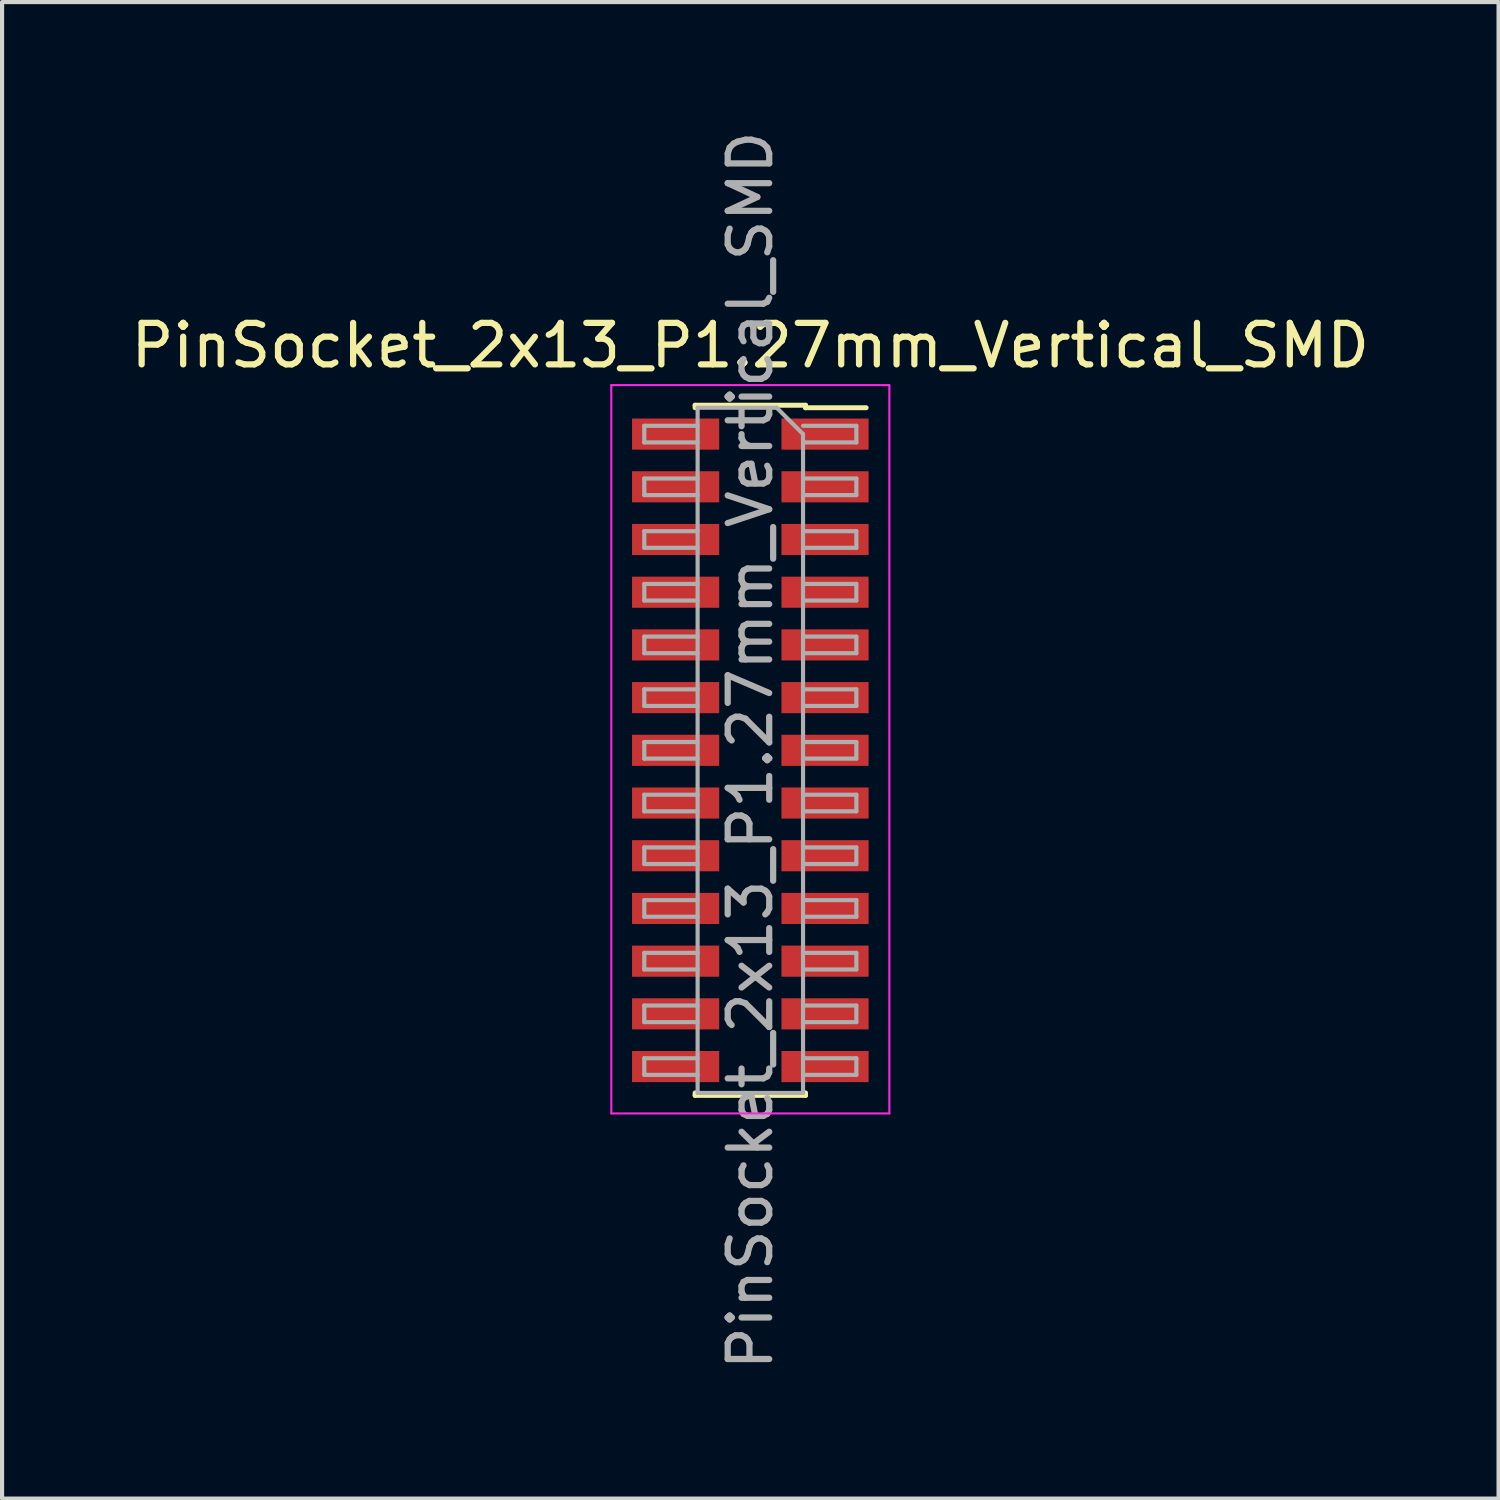
<source format=kicad_pcb>
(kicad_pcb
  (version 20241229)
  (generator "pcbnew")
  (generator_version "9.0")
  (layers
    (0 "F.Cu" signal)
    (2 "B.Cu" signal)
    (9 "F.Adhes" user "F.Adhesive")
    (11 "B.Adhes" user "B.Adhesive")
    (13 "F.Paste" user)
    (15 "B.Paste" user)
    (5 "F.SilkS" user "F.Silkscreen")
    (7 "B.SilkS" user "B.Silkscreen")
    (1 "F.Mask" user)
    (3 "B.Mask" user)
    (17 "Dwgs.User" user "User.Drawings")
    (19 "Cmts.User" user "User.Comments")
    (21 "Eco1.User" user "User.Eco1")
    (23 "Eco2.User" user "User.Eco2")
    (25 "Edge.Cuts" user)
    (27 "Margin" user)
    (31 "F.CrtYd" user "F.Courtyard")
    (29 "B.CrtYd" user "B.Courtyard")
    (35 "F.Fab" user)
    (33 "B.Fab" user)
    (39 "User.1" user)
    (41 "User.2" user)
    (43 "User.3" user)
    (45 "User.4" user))
  (footprint "PinSocket_2x13_P1.27mm_Vertical_SMD"
    (layer "F.Cu")
    (at 15.03 15.03)
    (property "Reference" "PinSocket_2x13_P1.27mm_Vertical_SMD" (at 0 -9.755 0) (layer "F.SilkS") (effects (font (size 1 1) (thickness 0.15))))
    (attr smd)
    (fp_line (start -1.33 -8.315) (end -1.33 -8.255) (stroke (width 0.12) (type solid)) (layer "F.SilkS"))
    (fp_line (start -1.33 -8.315) (end 1.33 -8.315) (stroke (width 0.12) (type solid)) (layer "F.SilkS"))
    (fp_line (start -1.33 8.255) (end -1.33 8.315) (stroke (width 0.12) (type solid)) (layer "F.SilkS"))
    (fp_line (start -1.33 8.315) (end 1.33 8.315) (stroke (width 0.12) (type solid)) (layer "F.SilkS"))
    (fp_line (start 1.33 -8.315) (end 1.33 -8.255) (stroke (width 0.12) (type solid)) (layer "F.SilkS"))
    (fp_line (start 1.33 -8.255) (end 2.79 -8.255) (stroke (width 0.12) (type solid)) (layer "F.SilkS"))
    (fp_line (start 1.33 8.255) (end 1.33 8.315) (stroke (width 0.12) (type solid)) (layer "F.SilkS"))
    (fp_line (start -3.35 -8.8) (end 3.35 -8.8) (stroke (width 0.05) (type solid)) (layer "F.CrtYd"))
    (fp_line (start -3.35 8.75) (end -3.35 -8.8) (stroke (width 0.05) (type solid)) (layer "F.CrtYd"))
    (fp_line (start 3.35 -8.8) (end 3.35 8.75) (stroke (width 0.05) (type solid)) (layer "F.CrtYd"))
    (fp_line (start 3.35 8.75) (end -3.35 8.75) (stroke (width 0.05) (type solid)) (layer "F.CrtYd"))
    (fp_line (start -2.555 -7.82) (end -1.27 -7.82) (stroke (width 0.1) (type solid)) (layer "F.Fab"))
    (fp_line (start -2.555 -7.42) (end -2.555 -7.82) (stroke (width 0.1) (type solid)) (layer "F.Fab"))
    (fp_line (start -2.555 -6.55) (end -1.27 -6.55) (stroke (width 0.1) (type solid)) (layer "F.Fab"))
    (fp_line (start -2.555 -6.15) (end -2.555 -6.55) (stroke (width 0.1) (type solid)) (layer "F.Fab"))
    (fp_line (start -2.555 -5.28) (end -1.27 -5.28) (stroke (width 0.1) (type solid)) (layer "F.Fab"))
    (fp_line (start -2.555 -4.88) (end -2.555 -5.28) (stroke (width 0.1) (type solid)) (layer "F.Fab"))
    (fp_line (start -2.555 -4.01) (end -1.27 -4.01) (stroke (width 0.1) (type solid)) (layer "F.Fab"))
    (fp_line (start -2.555 -3.61) (end -2.555 -4.01) (stroke (width 0.1) (type solid)) (layer "F.Fab"))
    (fp_line (start -2.555 -2.74) (end -1.27 -2.74) (stroke (width 0.1) (type solid)) (layer "F.Fab"))
    (fp_line (start -2.555 -2.34) (end -2.555 -2.74) (stroke (width 0.1) (type solid)) (layer "F.Fab"))
    (fp_line (start -2.555 -1.47) (end -1.27 -1.47) (stroke (width 0.1) (type solid)) (layer "F.Fab"))
    (fp_line (start -2.555 -1.07) (end -2.555 -1.47) (stroke (width 0.1) (type solid)) (layer "F.Fab"))
    (fp_line (start -2.555 -0.2) (end -1.27 -0.2) (stroke (width 0.1) (type solid)) (layer "F.Fab"))
    (fp_line (start -2.555 0.2) (end -2.555 -0.2) (stroke (width 0.1) (type solid)) (layer "F.Fab"))
    (fp_line (start -2.555 1.07) (end -1.27 1.07) (stroke (width 0.1) (type solid)) (layer "F.Fab"))
    (fp_line (start -2.555 1.47) (end -2.555 1.07) (stroke (width 0.1) (type solid)) (layer "F.Fab"))
    (fp_line (start -2.555 2.34) (end -1.27 2.34) (stroke (width 0.1) (type solid)) (layer "F.Fab"))
    (fp_line (start -2.555 2.74) (end -2.555 2.34) (stroke (width 0.1) (type solid)) (layer "F.Fab"))
    (fp_line (start -2.555 3.61) (end -1.27 3.61) (stroke (width 0.1) (type solid)) (layer "F.Fab"))
    (fp_line (start -2.555 4.01) (end -2.555 3.61) (stroke (width 0.1) (type solid)) (layer "F.Fab"))
    (fp_line (start -2.555 4.88) (end -1.27 4.88) (stroke (width 0.1) (type solid)) (layer "F.Fab"))
    (fp_line (start -2.555 5.28) (end -2.555 4.88) (stroke (width 0.1) (type solid)) (layer "F.Fab"))
    (fp_line (start -2.555 6.15) (end -1.27 6.15) (stroke (width 0.1) (type solid)) (layer "F.Fab"))
    (fp_line (start -2.555 6.55) (end -2.555 6.15) (stroke (width 0.1) (type solid)) (layer "F.Fab"))
    (fp_line (start -2.555 7.42) (end -1.27 7.42) (stroke (width 0.1) (type solid)) (layer "F.Fab"))
    (fp_line (start -2.555 7.82) (end -2.555 7.42) (stroke (width 0.1) (type solid)) (layer "F.Fab"))
    (fp_line (start -1.27 -8.255) (end 0.635 -8.255) (stroke (width 0.1) (type solid)) (layer "F.Fab"))
    (fp_line (start -1.27 -7.42) (end -2.555 -7.42) (stroke (width 0.1) (type solid)) (layer "F.Fab"))
    (fp_line (start -1.27 -6.15) (end -2.555 -6.15) (stroke (width 0.1) (type solid)) (layer "F.Fab"))
    (fp_line (start -1.27 -4.88) (end -2.555 -4.88) (stroke (width 0.1) (type solid)) (layer "F.Fab"))
    (fp_line (start -1.27 -3.61) (end -2.555 -3.61) (stroke (width 0.1) (type solid)) (layer "F.Fab"))
    (fp_line (start -1.27 -2.34) (end -2.555 -2.34) (stroke (width 0.1) (type solid)) (layer "F.Fab"))
    (fp_line (start -1.27 -1.07) (end -2.555 -1.07) (stroke (width 0.1) (type solid)) (layer "F.Fab"))
    (fp_line (start -1.27 0.2) (end -2.555 0.2) (stroke (width 0.1) (type solid)) (layer "F.Fab"))
    (fp_line (start -1.27 1.47) (end -2.555 1.47) (stroke (width 0.1) (type solid)) (layer "F.Fab"))
    (fp_line (start -1.27 2.74) (end -2.555 2.74) (stroke (width 0.1) (type solid)) (layer "F.Fab"))
    (fp_line (start -1.27 4.01) (end -2.555 4.01) (stroke (width 0.1) (type solid)) (layer "F.Fab"))
    (fp_line (start -1.27 5.28) (end -2.555 5.28) (stroke (width 0.1) (type solid)) (layer "F.Fab"))
    (fp_line (start -1.27 6.55) (end -2.555 6.55) (stroke (width 0.1) (type solid)) (layer "F.Fab"))
    (fp_line (start -1.27 7.82) (end -2.555 7.82) (stroke (width 0.1) (type solid)) (layer "F.Fab"))
    (fp_line (start -1.27 8.255) (end -1.27 -8.255) (stroke (width 0.1) (type solid)) (layer "F.Fab"))
    (fp_line (start 0.635 -8.255) (end 1.27 -7.62) (stroke (width 0.1) (type solid)) (layer "F.Fab"))
    (fp_line (start 1.27 -7.82) (end 2.555 -7.82) (stroke (width 0.1) (type solid)) (layer "F.Fab"))
    (fp_line (start 1.27 -7.62) (end 1.27 8.255) (stroke (width 0.1) (type solid)) (layer "F.Fab"))
    (fp_line (start 1.27 -6.55) (end 2.555 -6.55) (stroke (width 0.1) (type solid)) (layer "F.Fab"))
    (fp_line (start 1.27 -5.28) (end 2.555 -5.28) (stroke (width 0.1) (type solid)) (layer "F.Fab"))
    (fp_line (start 1.27 -4.01) (end 2.555 -4.01) (stroke (width 0.1) (type solid)) (layer "F.Fab"))
    (fp_line (start 1.27 -2.74) (end 2.555 -2.74) (stroke (width 0.1) (type solid)) (layer "F.Fab"))
    (fp_line (start 1.27 -1.47) (end 2.555 -1.47) (stroke (width 0.1) (type solid)) (layer "F.Fab"))
    (fp_line (start 1.27 -0.2) (end 2.555 -0.2) (stroke (width 0.1) (type solid)) (layer "F.Fab"))
    (fp_line (start 1.27 1.07) (end 2.555 1.07) (stroke (width 0.1) (type solid)) (layer "F.Fab"))
    (fp_line (start 1.27 2.34) (end 2.555 2.34) (stroke (width 0.1) (type solid)) (layer "F.Fab"))
    (fp_line (start 1.27 3.61) (end 2.555 3.61) (stroke (width 0.1) (type solid)) (layer "F.Fab"))
    (fp_line (start 1.27 4.88) (end 2.555 4.88) (stroke (width 0.1) (type solid)) (layer "F.Fab"))
    (fp_line (start 1.27 6.15) (end 2.555 6.15) (stroke (width 0.1) (type solid)) (layer "F.Fab"))
    (fp_line (start 1.27 7.42) (end 2.555 7.42) (stroke (width 0.1) (type solid)) (layer "F.Fab"))
    (fp_line (start 1.27 8.255) (end -1.27 8.255) (stroke (width 0.1) (type solid)) (layer "F.Fab"))
    (fp_line (start 2.555 -7.82) (end 2.555 -7.42) (stroke (width 0.1) (type solid)) (layer "F.Fab"))
    (fp_line (start 2.555 -7.42) (end 1.27 -7.42) (stroke (width 0.1) (type solid)) (layer "F.Fab"))
    (fp_line (start 2.555 -6.55) (end 2.555 -6.15) (stroke (width 0.1) (type solid)) (layer "F.Fab"))
    (fp_line (start 2.555 -6.15) (end 1.27 -6.15) (stroke (width 0.1) (type solid)) (layer "F.Fab"))
    (fp_line (start 2.555 -5.28) (end 2.555 -4.88) (stroke (width 0.1) (type solid)) (layer "F.Fab"))
    (fp_line (start 2.555 -4.88) (end 1.27 -4.88) (stroke (width 0.1) (type solid)) (layer "F.Fab"))
    (fp_line (start 2.555 -4.01) (end 2.555 -3.61) (stroke (width 0.1) (type solid)) (layer "F.Fab"))
    (fp_line (start 2.555 -3.61) (end 1.27 -3.61) (stroke (width 0.1) (type solid)) (layer "F.Fab"))
    (fp_line (start 2.555 -2.74) (end 2.555 -2.34) (stroke (width 0.1) (type solid)) (layer "F.Fab"))
    (fp_line (start 2.555 -2.34) (end 1.27 -2.34) (stroke (width 0.1) (type solid)) (layer "F.Fab"))
    (fp_line (start 2.555 -1.47) (end 2.555 -1.07) (stroke (width 0.1) (type solid)) (layer "F.Fab"))
    (fp_line (start 2.555 -1.07) (end 1.27 -1.07) (stroke (width 0.1) (type solid)) (layer "F.Fab"))
    (fp_line (start 2.555 -0.2) (end 2.555 0.2) (stroke (width 0.1) (type solid)) (layer "F.Fab"))
    (fp_line (start 2.555 0.2) (end 1.27 0.2) (stroke (width 0.1) (type solid)) (layer "F.Fab"))
    (fp_line (start 2.555 1.07) (end 2.555 1.47) (stroke (width 0.1) (type solid)) (layer "F.Fab"))
    (fp_line (start 2.555 1.47) (end 1.27 1.47) (stroke (width 0.1) (type solid)) (layer "F.Fab"))
    (fp_line (start 2.555 2.34) (end 2.555 2.74) (stroke (width 0.1) (type solid)) (layer "F.Fab"))
    (fp_line (start 2.555 2.74) (end 1.27 2.74) (stroke (width 0.1) (type solid)) (layer "F.Fab"))
    (fp_line (start 2.555 3.61) (end 2.555 4.01) (stroke (width 0.1) (type solid)) (layer "F.Fab"))
    (fp_line (start 2.555 4.01) (end 1.27 4.01) (stroke (width 0.1) (type solid)) (layer "F.Fab"))
    (fp_line (start 2.555 4.88) (end 2.555 5.28) (stroke (width 0.1) (type solid)) (layer "F.Fab"))
    (fp_line (start 2.555 5.28) (end 1.27 5.28) (stroke (width 0.1) (type solid)) (layer "F.Fab"))
    (fp_line (start 2.555 6.15) (end 2.555 6.55) (stroke (width 0.1) (type solid)) (layer "F.Fab"))
    (fp_line (start 2.555 6.55) (end 1.27 6.55) (stroke (width 0.1) (type solid)) (layer "F.Fab"))
    (fp_line (start 2.555 7.42) (end 2.555 7.82) (stroke (width 0.1) (type solid)) (layer "F.Fab"))
    (fp_line (start 2.555 7.82) (end 1.27 7.82) (stroke (width 0.1) (type solid)) (layer "F.Fab"))
    (fp_text user "${REFERENCE}" (at 0 0 90) (layer "F.Fab") (effects (font (size 1 1) (thickness 0.15))))
    (pad "1" smd rect (at 1.8 -7.62) (size 2.1 0.75) (layers "F.Cu" "F.Mask" "F.Paste"))
    (pad "2" smd rect (at -1.8 -7.62) (size 2.1 0.75) (layers "F.Cu" "F.Mask" "F.Paste"))
    (pad "3" smd rect (at 1.8 -6.35) (size 2.1 0.75) (layers "F.Cu" "F.Mask" "F.Paste"))
    (pad "4" smd rect (at -1.8 -6.35) (size 2.1 0.75) (layers "F.Cu" "F.Mask" "F.Paste"))
    (pad "5" smd rect (at 1.8 -5.08) (size 2.1 0.75) (layers "F.Cu" "F.Mask" "F.Paste"))
    (pad "6" smd rect (at -1.8 -5.08) (size 2.1 0.75) (layers "F.Cu" "F.Mask" "F.Paste"))
    (pad "7" smd rect (at 1.8 -3.81) (size 2.1 0.75) (layers "F.Cu" "F.Mask" "F.Paste"))
    (pad "8" smd rect (at -1.8 -3.81) (size 2.1 0.75) (layers "F.Cu" "F.Mask" "F.Paste"))
    (pad "9" smd rect (at 1.8 -2.54) (size 2.1 0.75) (layers "F.Cu" "F.Mask" "F.Paste"))
    (pad "10" smd rect (at -1.8 -2.54) (size 2.1 0.75) (layers "F.Cu" "F.Mask" "F.Paste"))
    (pad "11" smd rect (at 1.8 -1.27) (size 2.1 0.75) (layers "F.Cu" "F.Mask" "F.Paste"))
    (pad "12" smd rect (at -1.8 -1.27) (size 2.1 0.75) (layers "F.Cu" "F.Mask" "F.Paste"))
    (pad "13" smd rect (at 1.8 0) (size 2.1 0.75) (layers "F.Cu" "F.Mask" "F.Paste"))
    (pad "14" smd rect (at -1.8 0) (size 2.1 0.75) (layers "F.Cu" "F.Mask" "F.Paste"))
    (pad "15" smd rect (at 1.8 1.27) (size 2.1 0.75) (layers "F.Cu" "F.Mask" "F.Paste"))
    (pad "16" smd rect (at -1.8 1.27) (size 2.1 0.75) (layers "F.Cu" "F.Mask" "F.Paste"))
    (pad "17" smd rect (at 1.8 2.54) (size 2.1 0.75) (layers "F.Cu" "F.Mask" "F.Paste"))
    (pad "18" smd rect (at -1.8 2.54) (size 2.1 0.75) (layers "F.Cu" "F.Mask" "F.Paste"))
    (pad "19" smd rect (at 1.8 3.81) (size 2.1 0.75) (layers "F.Cu" "F.Mask" "F.Paste"))
    (pad "20" smd rect (at -1.8 3.81) (size 2.1 0.75) (layers "F.Cu" "F.Mask" "F.Paste"))
    (pad "21" smd rect (at 1.8 5.08) (size 2.1 0.75) (layers "F.Cu" "F.Mask" "F.Paste"))
    (pad "22" smd rect (at -1.8 5.08) (size 2.1 0.75) (layers "F.Cu" "F.Mask" "F.Paste"))
    (pad "23" smd rect (at 1.8 6.35) (size 2.1 0.75) (layers "F.Cu" "F.Mask" "F.Paste"))
    (pad "24" smd rect (at -1.8 6.35) (size 2.1 0.75) (layers "F.Cu" "F.Mask" "F.Paste"))
    (pad "25" smd rect (at 1.8 7.62) (size 2.1 0.75) (layers "F.Cu" "F.Mask" "F.Paste"))
    (pad "26" smd rect (at -1.8 7.62) (size 2.1 0.75) (layers "F.Cu" "F.Mask" "F.Paste")))
  (gr_rect
    (start -3 -3)
    (end 33.06 33.06)
    (stroke (width 0.1) (type default))
    (fill no)
    (layer "Edge.Cuts")))
</source>
